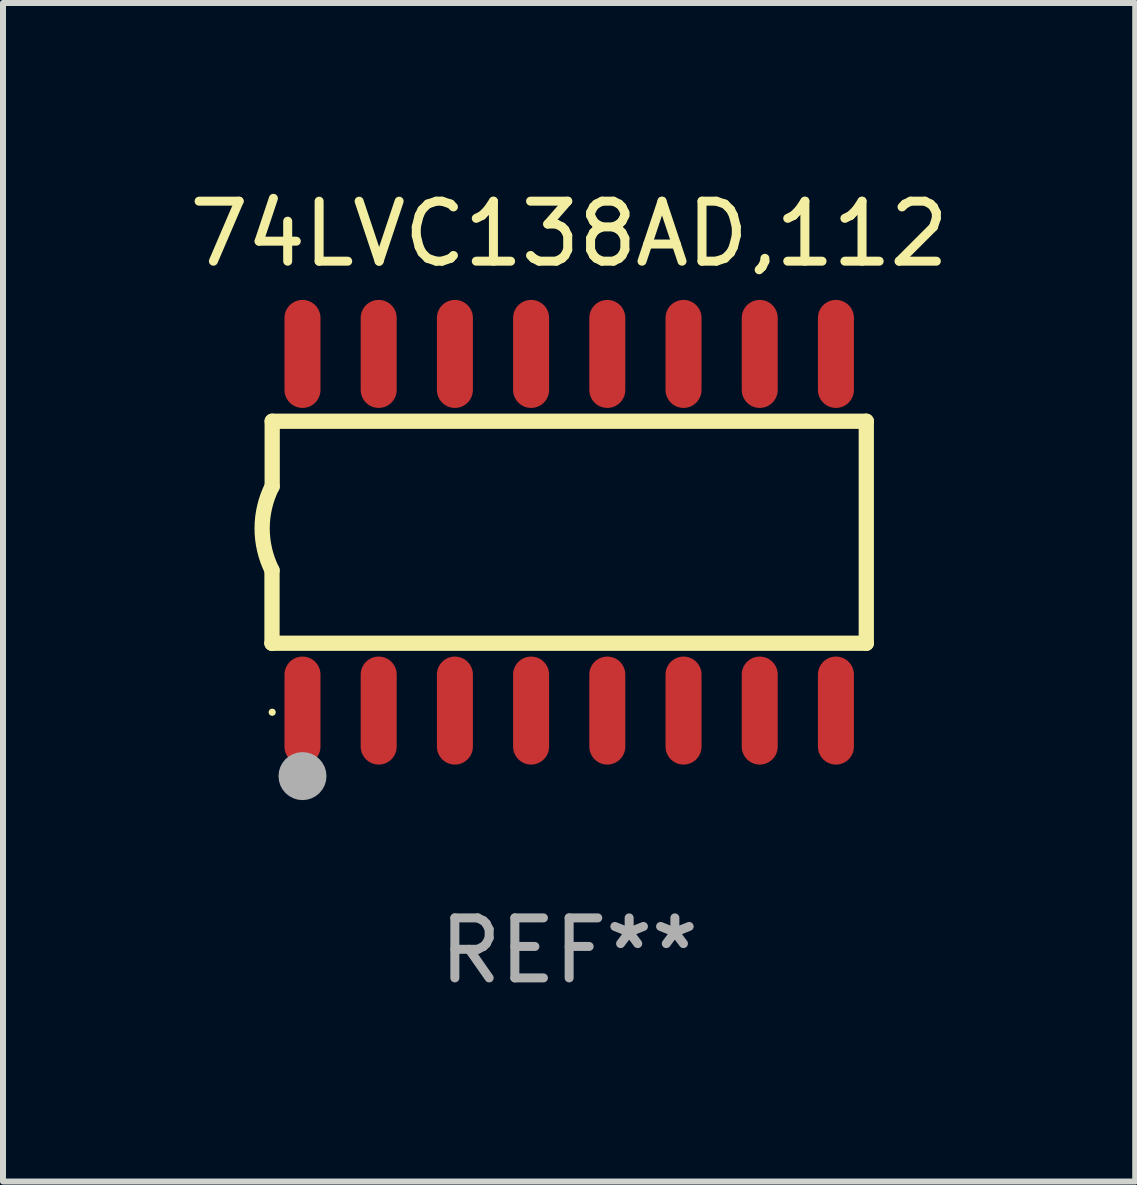
<source format=kicad_pcb>
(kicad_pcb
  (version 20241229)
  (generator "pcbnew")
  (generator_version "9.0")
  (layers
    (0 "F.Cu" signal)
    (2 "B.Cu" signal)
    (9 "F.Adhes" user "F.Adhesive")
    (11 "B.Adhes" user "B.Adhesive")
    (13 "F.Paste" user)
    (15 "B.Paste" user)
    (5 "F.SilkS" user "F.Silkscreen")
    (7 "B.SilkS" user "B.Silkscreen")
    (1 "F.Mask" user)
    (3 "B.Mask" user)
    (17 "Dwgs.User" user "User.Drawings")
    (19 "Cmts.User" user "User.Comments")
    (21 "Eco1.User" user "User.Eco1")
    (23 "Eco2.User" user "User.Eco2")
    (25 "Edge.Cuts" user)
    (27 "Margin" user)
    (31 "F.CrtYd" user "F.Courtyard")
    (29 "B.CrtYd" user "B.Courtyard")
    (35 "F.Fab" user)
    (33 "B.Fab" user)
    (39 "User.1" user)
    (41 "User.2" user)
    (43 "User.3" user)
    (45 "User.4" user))
  (footprint "74LVC138AD,112"
    (layer "F.Cu")
    (at 6.435 5.82)
    (property "Reference" "74LVC138AD,112" (at 0 -4.972 0) (layer "F.SilkS") (effects (font (size 1 1) (thickness 0.15))))
    (attr through_hole)
    (fp_line (start -4.952 0.635) (end -4.952 1.85) (stroke (width 0.254) (type solid)) (layer "F.SilkS"))
    (fp_line (start -4.952 1.85) (end -4.949 1.85) (stroke (width 0.254) (type solid)) (layer "F.SilkS"))
    (fp_line (start -4.949 -1.85) (end -4.949 -0.762) (stroke (width 0.254) (type solid)) (layer "F.SilkS"))
    (fp_line (start -4.949 1.85) (end 4.952 1.85) (stroke (width 0.254) (type solid)) (layer "F.SilkS"))
    (fp_line (start 4.952 -1.85) (end -4.949 -1.85) (stroke (width 0.254) (type solid)) (layer "F.SilkS"))
    (fp_line (start 4.952 1.85) (end 4.952 -1.85) (stroke (width 0.254) (type solid)) (layer "F.SilkS"))
    (fp_arc (start -4.951524 0.635001) (mid -5.116418 -0.0635) (end -4.951524 -0.762002) (stroke (width 0.254001) (type solid)) (layer "F.SilkS"))
    (fp_circle (center -4.949 3) (end -4.919 3) (stroke (width 0.06) (type solid)) (fill no) (layer "F.SilkS"))
    (fp_circle (center -4.444 4.064) (end -4.244 4.064) (stroke (width 0.4) (type solid)) (fill no) (layer "F.Fab"))
    (fp_text user "REF**" (at 0 6.972 0) (layer "F.Fab") (effects (font (size 1 1) (thickness 0.15))))
    (pad "1" smd oval (at -4.444 2.972 180) (size 0.6 1.8) (layers "F.Cu" "F.Mask" "F.Paste"))
    (pad "2" smd oval (at -3.174 2.972 180) (size 0.6 1.8) (layers "F.Cu" "F.Mask" "F.Paste"))
    (pad "3" smd oval (at -1.904 2.972 180) (size 0.6 1.8) (layers "F.Cu" "F.Mask" "F.Paste"))
    (pad "4" smd oval (at -0.634 2.972 180) (size 0.6 1.8) (layers "F.Cu" "F.Mask" "F.Paste"))
    (pad "5" smd oval (at 0.636 2.972 180) (size 0.6 1.8) (layers "F.Cu" "F.Mask" "F.Paste"))
    (pad "6" smd oval (at 1.906 2.972 180) (size 0.6 1.8) (layers "F.Cu" "F.Mask" "F.Paste"))
    (pad "7" smd oval (at 3.176 2.972 180) (size 0.6 1.8) (layers "F.Cu" "F.Mask" "F.Paste"))
    (pad "8" smd oval (at 4.446 2.972 180) (size 0.6 1.8) (layers "F.Cu" "F.Mask" "F.Paste"))
    (pad "9" smd oval (at 4.446 -2.972 180) (size 0.6 1.8) (layers "F.Cu" "F.Mask" "F.Paste"))
    (pad "10" smd oval (at 3.176 -2.972 180) (size 0.6 1.8) (layers "F.Cu" "F.Mask" "F.Paste"))
    (pad "11" smd oval (at 1.906 -2.972 180) (size 0.6 1.8) (layers "F.Cu" "F.Mask" "F.Paste"))
    (pad "12" smd oval (at 0.636 -2.972 180) (size 0.6 1.8) (layers "F.Cu" "F.Mask" "F.Paste"))
    (pad "13" smd oval (at -0.634 -2.972 180) (size 0.6 1.8) (layers "F.Cu" "F.Mask" "F.Paste"))
    (pad "14" smd oval (at -1.904 -2.972 180) (size 0.6 1.8) (layers "F.Cu" "F.Mask" "F.Paste"))
    (pad "15" smd oval (at -3.174 -2.972 180) (size 0.6 1.8) (layers "F.Cu" "F.Mask" "F.Paste"))
    (pad "16" smd oval (at -4.444 -2.972 180) (size 0.6 1.8) (layers "F.Cu" "F.Mask" "F.Paste")))
  (gr_rect
    (start -3 -3)
    (end 15.869 16.64)
    (stroke (width 0.1) (type default))
    (fill no)
    (layer "Edge.Cuts")))
</source>
